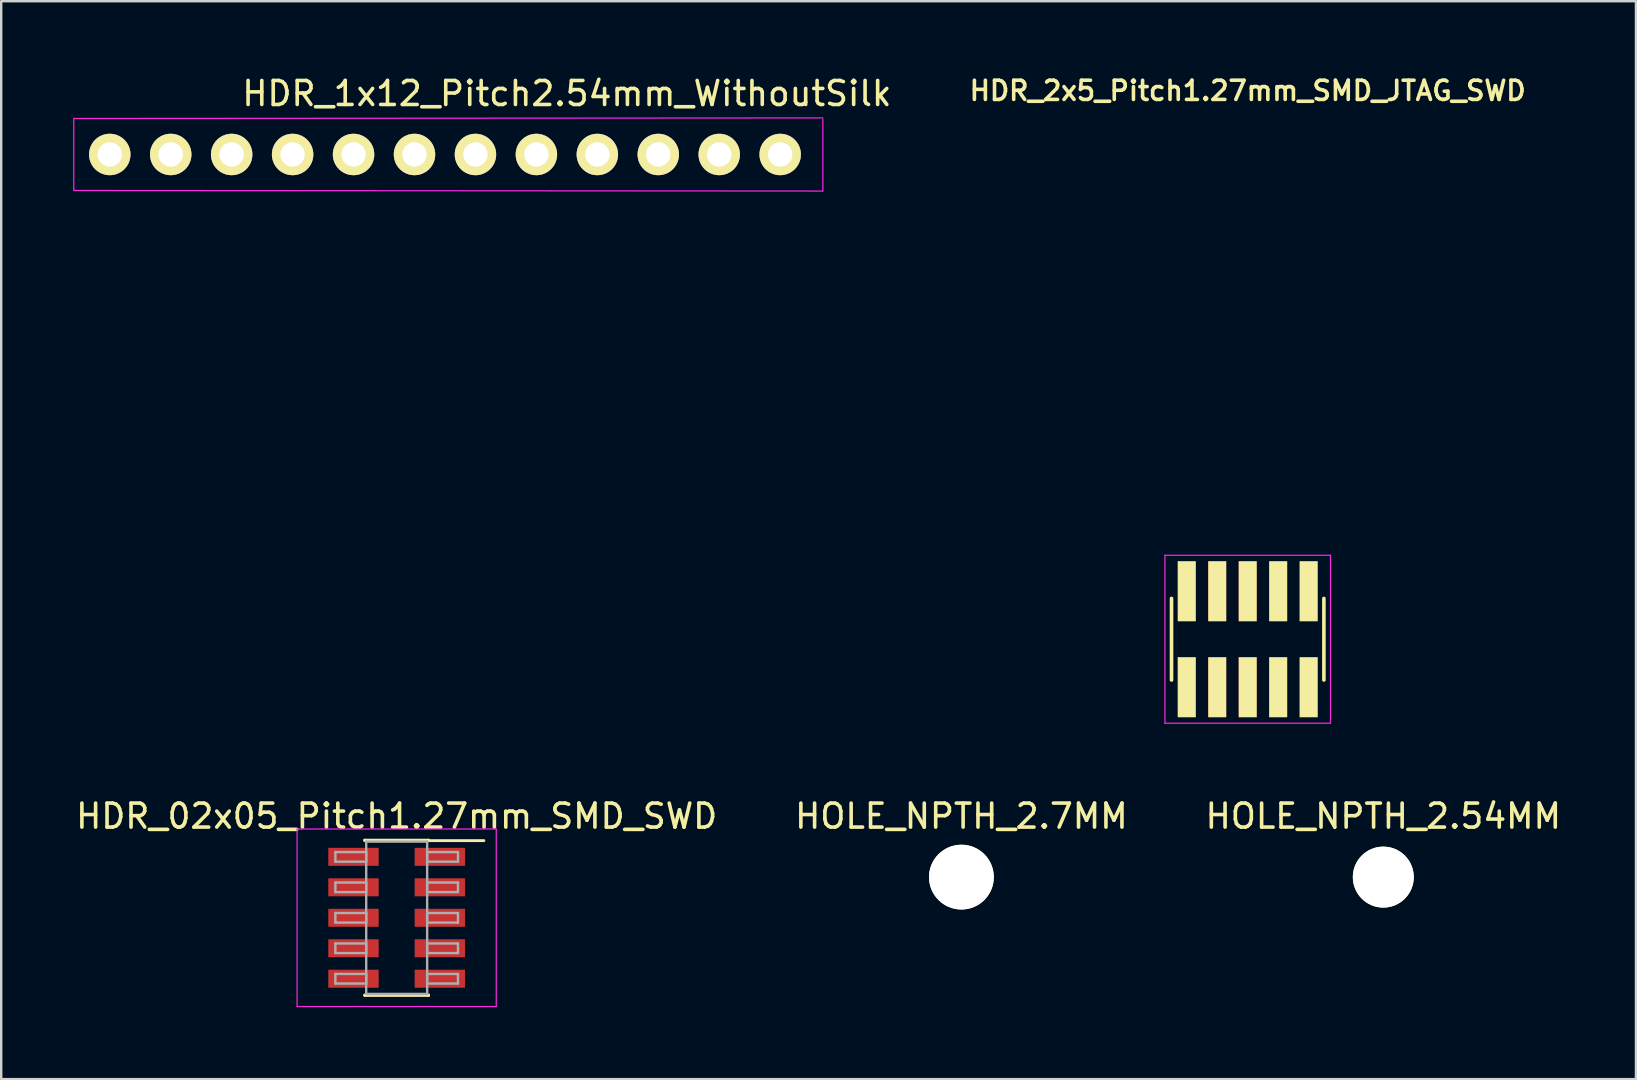
<source format=kicad_pcb>
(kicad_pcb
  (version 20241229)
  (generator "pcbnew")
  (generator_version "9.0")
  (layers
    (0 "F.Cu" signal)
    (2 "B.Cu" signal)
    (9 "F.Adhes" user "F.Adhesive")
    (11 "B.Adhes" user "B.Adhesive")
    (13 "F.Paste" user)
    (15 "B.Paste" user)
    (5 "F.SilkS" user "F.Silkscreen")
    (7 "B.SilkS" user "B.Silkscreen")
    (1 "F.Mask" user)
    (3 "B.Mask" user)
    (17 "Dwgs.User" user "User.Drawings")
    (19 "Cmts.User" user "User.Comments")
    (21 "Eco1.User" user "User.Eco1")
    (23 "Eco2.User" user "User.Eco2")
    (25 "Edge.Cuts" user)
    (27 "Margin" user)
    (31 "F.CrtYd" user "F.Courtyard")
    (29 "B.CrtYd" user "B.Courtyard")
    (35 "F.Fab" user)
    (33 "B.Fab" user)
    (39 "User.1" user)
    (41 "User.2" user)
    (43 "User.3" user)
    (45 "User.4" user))
  (footprint "HOLE_NPTH_2.7MM"
    (layer "F.Cu")
    (at 37.018 33.505)
    (property "Reference" "HOLE_NPTH_2.7MM" (at 0 -2.54 0) (layer "F.SilkS") (effects (font (size 1 1) (thickness 0.15))))
    (attr through_hole)
    (pad "" np_thru_hole circle (at 0 0) (size 2.7 2.7) (drill 2.7) (layers "*.Cu" "*.Mask" "F.SilkS")))
  (footprint "HOLE_NPTH_2.54MM"
    (layer "F.Cu")
    (at 54.601 33.505)
    (property "Reference" "HOLE_NPTH_2.54MM" (at 0 -2.54 0) (layer "F.SilkS") (effects (font (size 1 1) (thickness 0.15))))
    (attr through_hole)
    (pad "" np_thru_hole circle (at 0 0) (size 2.54 2.54) (drill 2.54) (layers "*.Cu" "*.Mask" "F.SilkS")))
  (footprint "HDR_02x05_Pitch1.27mm_SMD_SWD"
    (layer "F.Cu")
    (at 13.482 35.2)
    (property "Reference" "HDR_02x05_Pitch1.27mm_SMD_SWD" (at 0 -4.235 0) (layer "F.SilkS") (effects (font (size 1 1) (thickness 0.15))))
    (attr smd)
    (fp_line (start -1.33 -3.235) (end 1.33 -3.235) (stroke (width 0.12) (type solid)) (layer "F.SilkS"))
    (fp_line (start -1.33 -3.215) (end -1.33 -3.235) (stroke (width 0.12) (type solid)) (layer "F.SilkS"))
    (fp_line (start -1.33 3.215) (end -1.33 3.235) (stroke (width 0.12) (type solid)) (layer "F.SilkS"))
    (fp_line (start -1.33 3.235) (end 1.33 3.235) (stroke (width 0.12) (type solid)) (layer "F.SilkS"))
    (fp_line (start 1.33 -3.235) (end 1.33 -3.215) (stroke (width 0.12) (type solid)) (layer "F.SilkS"))
    (fp_line (start 1.33 3.235) (end 1.33 3.215) (stroke (width 0.12) (type solid)) (layer "F.SilkS"))
    (fp_line (start 3.635 -3.215) (end 1.33 -3.215) (stroke (width 0.12) (type solid)) (layer "F.SilkS"))
    (fp_line (start -4.15 -3.7) (end -4.15 3.7) (stroke (width 0.05) (type solid)) (layer "F.CrtYd"))
    (fp_line (start -4.15 3.7) (end 4.15 3.7) (stroke (width 0.05) (type solid)) (layer "F.CrtYd"))
    (fp_line (start 4.15 -3.7) (end -4.15 -3.7) (stroke (width 0.05) (type solid)) (layer "F.CrtYd"))
    (fp_line (start 4.15 3.7) (end 4.15 -3.7) (stroke (width 0.05) (type solid)) (layer "F.CrtYd"))
    (fp_line (start -2.555 -2.74) (end -1.27 -2.74) (stroke (width 0.1) (type solid)) (layer "F.Fab"))
    (fp_line (start -2.555 -2.34) (end -2.555 -2.74) (stroke (width 0.1) (type solid)) (layer "F.Fab"))
    (fp_line (start -2.555 -1.47) (end -1.27 -1.47) (stroke (width 0.1) (type solid)) (layer "F.Fab"))
    (fp_line (start -2.555 -1.07) (end -2.555 -1.47) (stroke (width 0.1) (type solid)) (layer "F.Fab"))
    (fp_line (start -2.555 -0.2) (end -1.27 -0.2) (stroke (width 0.1) (type solid)) (layer "F.Fab"))
    (fp_line (start -2.555 0.2) (end -2.555 -0.2) (stroke (width 0.1) (type solid)) (layer "F.Fab"))
    (fp_line (start -2.555 1.07) (end -1.27 1.07) (stroke (width 0.1) (type solid)) (layer "F.Fab"))
    (fp_line (start -2.555 1.47) (end -2.555 1.07) (stroke (width 0.1) (type solid)) (layer "F.Fab"))
    (fp_line (start -2.555 2.34) (end -1.27 2.34) (stroke (width 0.1) (type solid)) (layer "F.Fab"))
    (fp_line (start -2.555 2.74) (end -2.555 2.34) (stroke (width 0.1) (type solid)) (layer "F.Fab"))
    (fp_line (start -1.27 -3.175) (end -1.27 3.175) (stroke (width 0.1) (type solid)) (layer "F.Fab"))
    (fp_line (start -1.27 -2.74) (end -1.27 -2.34) (stroke (width 0.1) (type solid)) (layer "F.Fab"))
    (fp_line (start -1.27 -2.34) (end -2.555 -2.34) (stroke (width 0.1) (type solid)) (layer "F.Fab"))
    (fp_line (start -1.27 -1.47) (end -1.27 -1.07) (stroke (width 0.1) (type solid)) (layer "F.Fab"))
    (fp_line (start -1.27 -1.07) (end -2.555 -1.07) (stroke (width 0.1) (type solid)) (layer "F.Fab"))
    (fp_line (start -1.27 -0.2) (end -1.27 0.2) (stroke (width 0.1) (type solid)) (layer "F.Fab"))
    (fp_line (start -1.27 0.2) (end -2.555 0.2) (stroke (width 0.1) (type solid)) (layer "F.Fab"))
    (fp_line (start -1.27 1.07) (end -1.27 1.47) (stroke (width 0.1) (type solid)) (layer "F.Fab"))
    (fp_line (start -1.27 1.47) (end -2.555 1.47) (stroke (width 0.1) (type solid)) (layer "F.Fab"))
    (fp_line (start -1.27 2.34) (end -1.27 2.74) (stroke (width 0.1) (type solid)) (layer "F.Fab"))
    (fp_line (start -1.27 2.74) (end -2.555 2.74) (stroke (width 0.1) (type solid)) (layer "F.Fab"))
    (fp_line (start -1.27 3.175) (end 1.27 3.175) (stroke (width 0.1) (type solid)) (layer "F.Fab"))
    (fp_line (start 1.27 -3.175) (end -1.27 -3.175) (stroke (width 0.1) (type solid)) (layer "F.Fab"))
    (fp_line (start 1.27 -2.74) (end 1.27 -2.34) (stroke (width 0.1) (type solid)) (layer "F.Fab"))
    (fp_line (start 1.27 -2.34) (end 2.555 -2.34) (stroke (width 0.1) (type solid)) (layer "F.Fab"))
    (fp_line (start 1.27 -1.47) (end 1.27 -1.07) (stroke (width 0.1) (type solid)) (layer "F.Fab"))
    (fp_line (start 1.27 -1.07) (end 2.555 -1.07) (stroke (width 0.1) (type solid)) (layer "F.Fab"))
    (fp_line (start 1.27 -0.2) (end 1.27 0.2) (stroke (width 0.1) (type solid)) (layer "F.Fab"))
    (fp_line (start 1.27 0.2) (end 2.555 0.2) (stroke (width 0.1) (type solid)) (layer "F.Fab"))
    (fp_line (start 1.27 1.07) (end 1.27 1.47) (stroke (width 0.1) (type solid)) (layer "F.Fab"))
    (fp_line (start 1.27 1.47) (end 2.555 1.47) (stroke (width 0.1) (type solid)) (layer "F.Fab"))
    (fp_line (start 1.27 2.34) (end 1.27 2.74) (stroke (width 0.1) (type solid)) (layer "F.Fab"))
    (fp_line (start 1.27 2.74) (end 2.555 2.74) (stroke (width 0.1) (type solid)) (layer "F.Fab"))
    (fp_line (start 1.27 3.175) (end 1.27 -3.175) (stroke (width 0.1) (type solid)) (layer "F.Fab"))
    (fp_line (start 2.555 -2.74) (end 1.27 -2.74) (stroke (width 0.1) (type solid)) (layer "F.Fab"))
    (fp_line (start 2.555 -2.34) (end 2.555 -2.74) (stroke (width 0.1) (type solid)) (layer "F.Fab"))
    (fp_line (start 2.555 -1.47) (end 1.27 -1.47) (stroke (width 0.1) (type solid)) (layer "F.Fab"))
    (fp_line (start 2.555 -1.07) (end 2.555 -1.47) (stroke (width 0.1) (type solid)) (layer "F.Fab"))
    (fp_line (start 2.555 -0.2) (end 1.27 -0.2) (stroke (width 0.1) (type solid)) (layer "F.Fab"))
    (fp_line (start 2.555 0.2) (end 2.555 -0.2) (stroke (width 0.1) (type solid)) (layer "F.Fab"))
    (fp_line (start 2.555 1.07) (end 1.27 1.07) (stroke (width 0.1) (type solid)) (layer "F.Fab"))
    (fp_line (start 2.555 1.47) (end 2.555 1.07) (stroke (width 0.1) (type solid)) (layer "F.Fab"))
    (fp_line (start 2.555 2.34) (end 1.27 2.34) (stroke (width 0.1) (type solid)) (layer "F.Fab"))
    (fp_line (start 2.555 2.74) (end 2.555 2.34) (stroke (width 0.1) (type solid)) (layer "F.Fab"))
    (pad "1" smd rect (at 1.8 -2.54) (size 2.1 0.75) (layers "F.Cu" "F.Mask" "F.Paste"))
    (pad "2" smd rect (at -1.8 -2.54) (size 2.1 0.75) (layers "F.Cu" "F.Mask" "F.Paste"))
    (pad "3" smd rect (at 1.8 -1.27) (size 2.1 0.75) (layers "F.Cu" "F.Mask" "F.Paste"))
    (pad "4" smd rect (at -1.8 -1.27) (size 2.1 0.75) (layers "F.Cu" "F.Mask" "F.Paste"))
    (pad "5" smd rect (at 1.8 0) (size 2.1 0.75) (layers "F.Cu" "F.Mask" "F.Paste"))
    (pad "6" smd rect (at -1.8 0) (size 2.1 0.75) (layers "F.Cu" "F.Mask" "F.Paste"))
    (pad "7" smd rect (at 1.8 1.27) (size 2.1 0.75) (layers "F.Cu" "F.Mask" "F.Paste"))
    (pad "8" smd rect (at -1.8 1.27) (size 2.1 0.75) (layers "F.Cu" "F.Mask" "F.Paste"))
    (pad "9" smd rect (at 1.8 2.54) (size 2.1 0.75) (layers "F.Cu" "F.Mask" "F.Paste"))
    (pad "10" smd rect (at -1.8 2.54) (size 2.1 0.75) (layers "F.Cu" "F.Mask" "F.Paste")))
  (footprint "HDR_2x5_Pitch1.27mm_SMD_JTAG_SWD"
    (layer "F.Cu")
    (at 48.95 23.591)
    (property "Reference" "HDR_2x5_Pitch1.27mm_SMD_JTAG_SWD" (at 0 -22.86 0) (layer "F.SilkS") (effects (font (size 0.8 0.8) (thickness 0.15))))
    (attr through_hole)
    (fp_line (start -3.175 -1.7) (end -3.175 1.7) (stroke (width 0.15) (type solid)) (layer "F.SilkS"))
    (fp_line (start 3.175 -1.7) (end 3.175 1.7) (stroke (width 0.15) (type solid)) (layer "F.SilkS"))
    (fp_line (start -3.45 -3.5) (end -3.45 3.5) (stroke (width 0.05) (type solid)) (layer "F.CrtYd"))
    (fp_line (start -3.45 3.5) (end 3.45 3.5) (stroke (width 0.05) (type solid)) (layer "F.CrtYd"))
    (fp_line (start 3.45 -3.5) (end -3.45 -3.5) (stroke (width 0.05) (type solid)) (layer "F.CrtYd"))
    (fp_line (start 3.45 -3.5) (end 3.45 3.5) (stroke (width 0.05) (type solid)) (layer "F.CrtYd"))
    (pad "1" smd rect (at -2.54 2) (size 0.75 2.5) (layers "F.Cu" "F.Mask" "F.SilkS" "F.Paste"))
    (pad "2" smd rect (at -2.54 -2) (size 0.75 2.5) (layers "F.Cu" "F.Mask" "F.SilkS" "F.Paste"))
    (pad "3" smd rect (at -1.27 2) (size 0.75 2.5) (layers "F.Cu" "F.Mask" "F.SilkS" "F.Paste"))
    (pad "4" smd rect (at -1.27 -2) (size 0.75 2.5) (layers "F.Cu" "F.Mask" "F.SilkS" "F.Paste"))
    (pad "5" smd rect (at 0 2) (size 0.75 2.5) (layers "F.Cu" "F.Mask" "F.SilkS" "F.Paste"))
    (pad "6" smd rect (at 0 -2) (size 0.75 2.5) (layers "F.Cu" "F.Mask" "F.SilkS" "F.Paste"))
    (pad "7" smd rect (at 1.27 2) (size 0.75 2.5) (layers "F.Cu" "F.Mask" "F.SilkS" "F.Paste"))
    (pad "8" smd rect (at 1.27 -2) (size 0.75 2.5) (layers "F.Cu" "F.Mask" "F.SilkS" "F.Paste"))
    (pad "9" smd rect (at 2.54 2) (size 0.75 2.5) (layers "F.Cu" "F.Mask" "F.SilkS" "F.Paste"))
    (pad "10" smd rect (at 2.54 -2) (size 0.75 2.5) (layers "F.Cu" "F.Mask" "F.SilkS" "F.Paste")))
  (footprint "HDR_1x12_Pitch2.54mm_WithoutSilk"
    (layer "F.Cu")
    (at 20.575 3.388)
    (property "Reference" "HDR_1x12_Pitch2.54mm_WithoutSilk" (at 0 -2.54 0) (layer "F.SilkS") (effects (font (size 1 1) (thickness 0.15))))
    (attr through_hole)
    (fp_line (start -20.55 -1.5) (end -20.55 1.5) (stroke (width 0.05) (type solid)) (layer "F.CrtYd"))
    (fp_line (start -20.55 1.5) (end 10.668 1.524) (stroke (width 0.05) (type solid)) (layer "F.CrtYd"))
    (fp_line (start 10.668 -1.524) (end -20.55 -1.5) (stroke (width 0.05) (type solid)) (layer "F.CrtYd"))
    (fp_line (start 10.668 1.524) (end 10.668 -1.476) (stroke (width 0.05) (type solid)) (layer "F.CrtYd"))
    (pad "1" thru_hole oval (at -19.05 0) (size 1.727 1.727) (drill 1.016) (layers "*.Cu" "*.Mask" "F.SilkS"))
    (pad "2" thru_hole oval (at -16.51 0) (size 1.727 1.727) (drill 1.016) (layers "*.Cu" "*.Mask" "F.SilkS"))
    (pad "3" thru_hole oval (at -13.97 0) (size 1.727 1.727) (drill 1.016) (layers "*.Cu" "*.Mask" "F.SilkS"))
    (pad "4" thru_hole oval (at -11.43 0) (size 1.727 1.727) (drill 1.016) (layers "*.Cu" "*.Mask" "F.SilkS"))
    (pad "5" thru_hole oval (at -8.89 0) (size 1.727 1.727) (drill 1.016) (layers "*.Cu" "*.Mask" "F.SilkS"))
    (pad "6" thru_hole oval (at -6.35 0) (size 1.727 1.727) (drill 1.016) (layers "*.Cu" "*.Mask" "F.SilkS"))
    (pad "7" thru_hole oval (at -3.81 0) (size 1.727 1.727) (drill 1.016) (layers "*.Cu" "*.Mask" "F.SilkS"))
    (pad "8" thru_hole oval (at -1.27 0) (size 1.727 1.727) (drill 1.016) (layers "*.Cu" "*.Mask" "F.SilkS"))
    (pad "9" thru_hole oval (at 1.27 0) (size 1.727 1.727) (drill 1.016) (layers "*.Cu" "*.Mask" "F.SilkS"))
    (pad "10" thru_hole oval (at 3.81 0) (size 1.727 1.727) (drill 1.016) (layers "*.Cu" "*.Mask" "F.SilkS"))
    (pad "11" thru_hole oval (at 6.35 0) (size 1.727 1.727) (drill 1.016) (layers "*.Cu" "*.Mask" "F.SilkS"))
    (pad "12" thru_hole oval (at 8.89 0) (size 1.727 1.727) (drill 1.016) (layers "*.Cu" "*.Mask" "F.SilkS")))
  (gr_rect
    (start -3 -3)
    (end 65.131 41.925)
    (stroke (width 0.1) (type default))
    (fill no)
    (layer "Edge.Cuts")))
</source>
